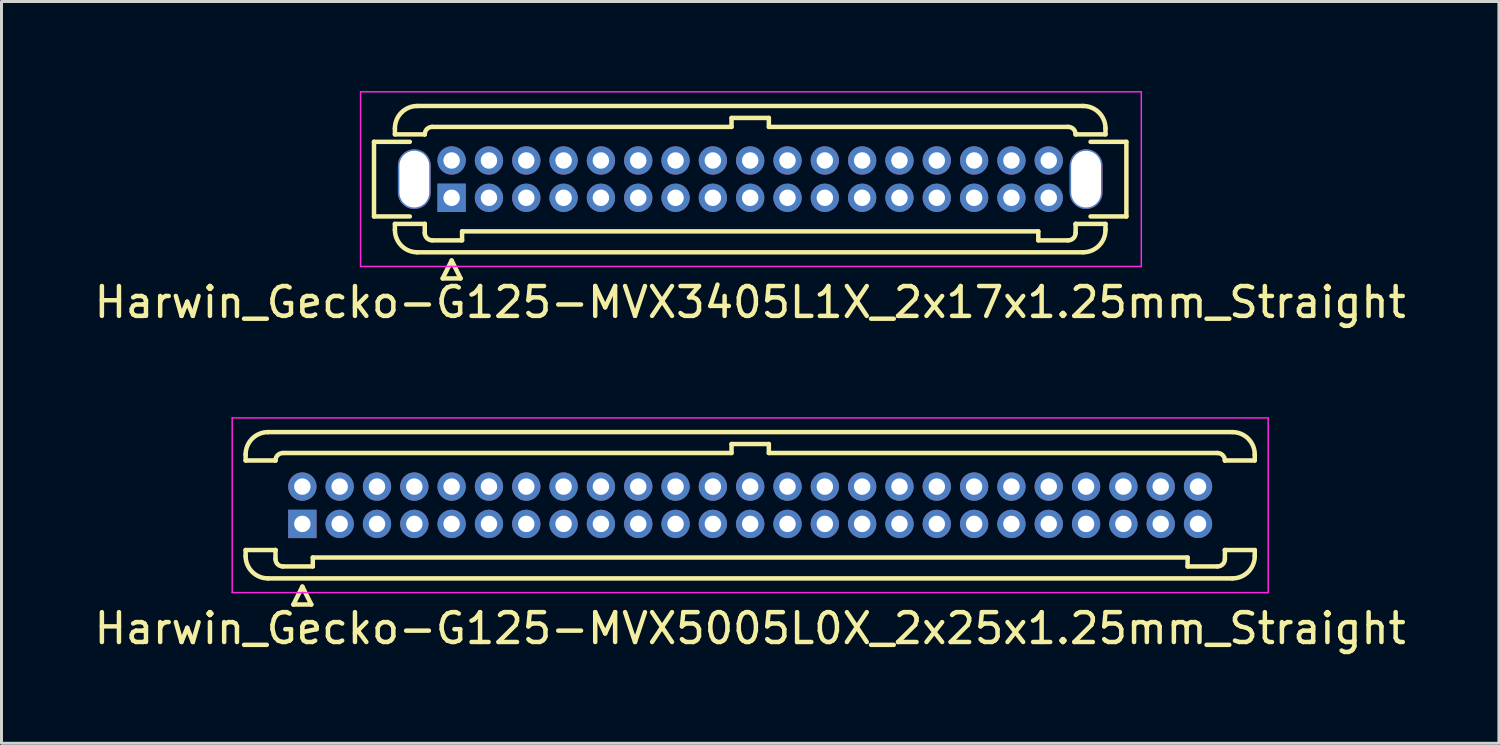
<source format=kicad_pcb>
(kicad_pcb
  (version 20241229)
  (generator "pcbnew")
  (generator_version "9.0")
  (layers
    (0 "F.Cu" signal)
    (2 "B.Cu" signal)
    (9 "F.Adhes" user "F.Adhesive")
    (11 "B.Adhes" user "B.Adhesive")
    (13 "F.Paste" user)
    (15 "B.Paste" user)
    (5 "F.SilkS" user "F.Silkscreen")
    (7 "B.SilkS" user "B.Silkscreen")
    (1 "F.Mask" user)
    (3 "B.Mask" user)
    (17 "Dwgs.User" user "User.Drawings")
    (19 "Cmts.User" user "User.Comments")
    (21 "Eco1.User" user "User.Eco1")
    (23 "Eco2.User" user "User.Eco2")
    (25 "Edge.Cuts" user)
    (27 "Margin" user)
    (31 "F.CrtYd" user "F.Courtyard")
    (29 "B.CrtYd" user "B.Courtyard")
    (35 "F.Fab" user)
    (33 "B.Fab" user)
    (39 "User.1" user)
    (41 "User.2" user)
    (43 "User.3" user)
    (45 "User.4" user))
  (footprint "Harwin_Gecko-G125-MVX3405L1X_2x17x1.25mm_Straight"
    (layer "F.Cu")
    (at 12.077 3.575)
    (property "Reference" "Harwin_Gecko-G125-MVX3405L1X_2x17x1.25mm_Straight" (at 10 3.5 0) (layer "F.SilkS") (effects (font (size 1 1) (thickness 0.15))))
    (attr through_hole)
    (fp_line (start -2.6 -1.875) (end -2.6 0.625) (stroke (width 0.15) (type solid)) (layer "F.SilkS"))
    (fp_line (start -2.6 0.625) (end -1.4 0.625) (stroke (width 0.15) (type solid)) (layer "F.SilkS"))
    (fp_line (start -1.9 -2.325) (end -1.9 -2.125) (stroke (width 0.15) (type solid)) (layer "F.SilkS"))
    (fp_line (start -1.9 -2.125) (end -0.9 -2.125) (stroke (width 0.15) (type solid)) (layer "F.SilkS"))
    (fp_line (start -1.9 0.875) (end -0.9 0.875) (stroke (width 0.15) (type solid)) (layer "F.SilkS"))
    (fp_line (start -1.9 1.075) (end -1.9 0.875) (stroke (width 0.15) (type solid)) (layer "F.SilkS"))
    (fp_line (start -1.4 -1.875) (end -2.6 -1.875) (stroke (width 0.15) (type solid)) (layer "F.SilkS"))
    (fp_line (start -1.15 -3.075) (end 21.15 -3.075) (stroke (width 0.15) (type solid)) (layer "F.SilkS"))
    (fp_line (start -1.15 1.825) (end 21.15 1.825) (stroke (width 0.15) (type solid)) (layer "F.SilkS"))
    (fp_line (start -0.9 -2.125) (end -0.9 -2.125) (stroke (width 0.15) (type solid)) (layer "F.SilkS"))
    (fp_line (start -0.9 0.875) (end -0.9 0.875) (stroke (width 0.15) (type solid)) (layer "F.SilkS"))
    (fp_line (start -0.9 1.175) (end -0.9 0.875) (stroke (width 0.15) (type solid)) (layer "F.SilkS"))
    (fp_line (start -0.65 -2.375) (end 9.375 -2.375) (stroke (width 0.15) (type solid)) (layer "F.SilkS"))
    (fp_line (start -0.65 1.425) (end 0.35 1.425) (stroke (width 0.15) (type solid)) (layer "F.SilkS"))
    (fp_line (start -0.3 2.7) (end 0.3 2.7) (stroke (width 0.15) (type solid)) (layer "F.SilkS"))
    (fp_line (start 0 2.1) (end -0.3 2.7) (stroke (width 0.15) (type solid)) (layer "F.SilkS"))
    (fp_line (start 0.3 2.7) (end 0 2.1) (stroke (width 0.15) (type solid)) (layer "F.SilkS"))
    (fp_line (start 0.35 1.125) (end 19.65 1.125) (stroke (width 0.15) (type solid)) (layer "F.SilkS"))
    (fp_line (start 0.35 1.425) (end 0.35 1.125) (stroke (width 0.15) (type solid)) (layer "F.SilkS"))
    (fp_line (start 9.375 -2.675) (end 10.625 -2.675) (stroke (width 0.15) (type solid)) (layer "F.SilkS"))
    (fp_line (start 9.375 -2.375) (end 9.375 -2.675) (stroke (width 0.15) (type solid)) (layer "F.SilkS"))
    (fp_line (start 10.625 -2.675) (end 10.625 -2.375) (stroke (width 0.15) (type solid)) (layer "F.SilkS"))
    (fp_line (start 10.625 -2.375) (end 20.65 -2.375) (stroke (width 0.15) (type solid)) (layer "F.SilkS"))
    (fp_line (start 19.65 1.125) (end 19.65 1.425) (stroke (width 0.15) (type solid)) (layer "F.SilkS"))
    (fp_line (start 19.65 1.425) (end 20.65 1.425) (stroke (width 0.15) (type solid)) (layer "F.SilkS"))
    (fp_line (start 20.9 -2.125) (end 20.9 -2.125) (stroke (width 0.15) (type solid)) (layer "F.SilkS"))
    (fp_line (start 20.9 0.875) (end 20.9 0.875) (stroke (width 0.15) (type solid)) (layer "F.SilkS"))
    (fp_line (start 20.9 1.175) (end 20.9 0.875) (stroke (width 0.15) (type solid)) (layer "F.SilkS"))
    (fp_line (start 21.4 -1.875) (end 22.6 -1.875) (stroke (width 0.15) (type solid)) (layer "F.SilkS"))
    (fp_line (start 21.9 -2.325) (end 21.9 -2.125) (stroke (width 0.15) (type solid)) (layer "F.SilkS"))
    (fp_line (start 21.9 -2.125) (end 20.9 -2.125) (stroke (width 0.15) (type solid)) (layer "F.SilkS"))
    (fp_line (start 21.9 0.875) (end 20.9 0.875) (stroke (width 0.15) (type solid)) (layer "F.SilkS"))
    (fp_line (start 21.9 1.075) (end 21.9 0.875) (stroke (width 0.15) (type solid)) (layer "F.SilkS"))
    (fp_line (start 22.6 -1.875) (end 22.6 0.625) (stroke (width 0.15) (type solid)) (layer "F.SilkS"))
    (fp_line (start 22.6 0.625) (end 21.4 0.625) (stroke (width 0.15) (type solid)) (layer "F.SilkS"))
    (fp_arc (start -1.9 -2.325) (mid -1.68033 -2.85533) (end -1.15 -3.075) (stroke (width 0.15) (type solid)) (layer "F.SilkS"))
    (fp_arc (start -1.15 1.825) (mid -1.68033 1.60533) (end -1.9 1.075) (stroke (width 0.15) (type solid)) (layer "F.SilkS"))
    (fp_arc (start -0.9 -2.125) (mid -0.826777 -2.301777) (end -0.65 -2.375) (stroke (width 0.15) (type solid)) (layer "F.SilkS"))
    (fp_arc (start -0.65 1.425) (mid -0.826777 1.351777) (end -0.9 1.175) (stroke (width 0.15) (type solid)) (layer "F.SilkS"))
    (fp_arc (start 20.65 -2.375) (mid 20.826777 -2.301777) (end 20.9 -2.125) (stroke (width 0.15) (type solid)) (layer "F.SilkS"))
    (fp_arc (start 20.9 1.175) (mid 20.826777 1.351777) (end 20.65 1.425) (stroke (width 0.15) (type solid)) (layer "F.SilkS"))
    (fp_arc (start 21.15 -3.075) (mid 21.68033 -2.85533) (end 21.9 -2.325) (stroke (width 0.15) (type solid)) (layer "F.SilkS"))
    (fp_arc (start 21.9 1.075) (mid 21.68033 1.60533) (end 21.15 1.825) (stroke (width 0.15) (type solid)) (layer "F.SilkS"))
    (fp_line (start -3.05 -3.55) (end -3.05 2.3) (stroke (width 0.05) (type solid)) (layer "F.CrtYd"))
    (fp_line (start -3.05 2.3) (end 23.1 2.3) (stroke (width 0.05) (type solid)) (layer "F.CrtYd"))
    (fp_line (start 23.1 -3.55) (end -3.05 -3.55) (stroke (width 0.05) (type solid)) (layer "F.CrtYd"))
    (fp_line (start 23.1 2.3) (end 23.1 -3.55) (stroke (width 0.05) (type solid)) (layer "F.CrtYd"))
    (pad "" np_thru_hole oval (at -1.25 -0.625) (size 1.1 2) (drill oval 1 1.9) (layers "*.Cu" "*.Mask"))
    (pad "" np_thru_hole oval (at 21.25 -0.625) (size 1.1 2) (drill oval 1 1.9) (layers "*.Cu" "*.Mask"))
    (pad "1" thru_hole rect (at 0 0) (size 0.95 0.95) (drill 0.55) (layers "*.Cu" "*.Mask"))
    (pad "2" thru_hole circle (at 0 -1.25) (size 0.95 0.95) (drill 0.55) (layers "*.Cu" "*.Mask"))
    (pad "3" thru_hole circle (at 1.25 0) (size 0.95 0.95) (drill 0.55) (layers "*.Cu" "*.Mask"))
    (pad "4" thru_hole circle (at 1.25 -1.25) (size 0.95 0.95) (drill 0.55) (layers "*.Cu" "*.Mask"))
    (pad "5" thru_hole circle (at 2.5 0) (size 0.95 0.95) (drill 0.55) (layers "*.Cu" "*.Mask"))
    (pad "6" thru_hole circle (at 2.5 -1.25) (size 0.95 0.95) (drill 0.55) (layers "*.Cu" "*.Mask"))
    (pad "7" thru_hole circle (at 3.75 0) (size 0.95 0.95) (drill 0.55) (layers "*.Cu" "*.Mask"))
    (pad "8" thru_hole circle (at 3.75 -1.25) (size 0.95 0.95) (drill 0.55) (layers "*.Cu" "*.Mask"))
    (pad "9" thru_hole circle (at 5 0) (size 0.95 0.95) (drill 0.55) (layers "*.Cu" "*.Mask"))
    (pad "10" thru_hole circle (at 5 -1.25) (size 0.95 0.95) (drill 0.55) (layers "*.Cu" "*.Mask"))
    (pad "11" thru_hole circle (at 6.25 0) (size 0.95 0.95) (drill 0.55) (layers "*.Cu" "*.Mask"))
    (pad "12" thru_hole circle (at 6.25 -1.25) (size 0.95 0.95) (drill 0.55) (layers "*.Cu" "*.Mask"))
    (pad "13" thru_hole circle (at 7.5 0) (size 0.95 0.95) (drill 0.55) (layers "*.Cu" "*.Mask"))
    (pad "14" thru_hole circle (at 7.5 -1.25) (size 0.95 0.95) (drill 0.55) (layers "*.Cu" "*.Mask"))
    (pad "15" thru_hole circle (at 8.75 0) (size 0.95 0.95) (drill 0.55) (layers "*.Cu" "*.Mask"))
    (pad "16" thru_hole circle (at 8.75 -1.25) (size 0.95 0.95) (drill 0.55) (layers "*.Cu" "*.Mask"))
    (pad "17" thru_hole circle (at 10 0) (size 0.95 0.95) (drill 0.55) (layers "*.Cu" "*.Mask"))
    (pad "18" thru_hole circle (at 10 -1.25) (size 0.95 0.95) (drill 0.55) (layers "*.Cu" "*.Mask"))
    (pad "19" thru_hole circle (at 11.25 0) (size 0.95 0.95) (drill 0.55) (layers "*.Cu" "*.Mask"))
    (pad "20" thru_hole circle (at 11.25 -1.25) (size 0.95 0.95) (drill 0.55) (layers "*.Cu" "*.Mask"))
    (pad "21" thru_hole circle (at 12.5 0) (size 0.95 0.95) (drill 0.55) (layers "*.Cu" "*.Mask"))
    (pad "22" thru_hole circle (at 12.5 -1.25) (size 0.95 0.95) (drill 0.55) (layers "*.Cu" "*.Mask"))
    (pad "23" thru_hole circle (at 13.75 0) (size 0.95 0.95) (drill 0.55) (layers "*.Cu" "*.Mask"))
    (pad "24" thru_hole circle (at 13.75 -1.25) (size 0.95 0.95) (drill 0.55) (layers "*.Cu" "*.Mask"))
    (pad "25" thru_hole circle (at 15 0) (size 0.95 0.95) (drill 0.55) (layers "*.Cu" "*.Mask"))
    (pad "26" thru_hole circle (at 15 -1.25) (size 0.95 0.95) (drill 0.55) (layers "*.Cu" "*.Mask"))
    (pad "27" thru_hole circle (at 16.25 0) (size 0.95 0.95) (drill 0.55) (layers "*.Cu" "*.Mask"))
    (pad "28" thru_hole circle (at 16.25 -1.25) (size 0.95 0.95) (drill 0.55) (layers "*.Cu" "*.Mask"))
    (pad "29" thru_hole circle (at 17.5 0) (size 0.95 0.95) (drill 0.55) (layers "*.Cu" "*.Mask"))
    (pad "30" thru_hole circle (at 17.5 -1.25) (size 0.95 0.95) (drill 0.55) (layers "*.Cu" "*.Mask"))
    (pad "31" thru_hole circle (at 18.75 0) (size 0.95 0.95) (drill 0.55) (layers "*.Cu" "*.Mask"))
    (pad "32" thru_hole circle (at 18.75 -1.25) (size 0.95 0.95) (drill 0.55) (layers "*.Cu" "*.Mask"))
    (pad "33" thru_hole circle (at 20 0) (size 0.95 0.95) (drill 0.55) (layers "*.Cu" "*.Mask"))
    (pad "34" thru_hole circle (at 20 -1.25) (size 0.95 0.95) (drill 0.55) (layers "*.Cu" "*.Mask")))
  (footprint "Harwin_Gecko-G125-MVX5005L0X_2x25x1.25mm_Straight"
    (layer "F.Cu")
    (at 7.077 14.498)
    (property "Reference" "Harwin_Gecko-G125-MVX5005L0X_2x25x1.25mm_Straight" (at 15 3.5 0) (layer "F.SilkS") (effects (font (size 1 1) (thickness 0.15))))
    (attr through_hole)
    (fp_line (start -1.9 -2.325) (end -1.9 -2.125) (stroke (width 0.15) (type solid)) (layer "F.SilkS"))
    (fp_line (start -1.9 -2.125) (end -0.9 -2.125) (stroke (width 0.15) (type solid)) (layer "F.SilkS"))
    (fp_line (start -1.9 0.875) (end -0.9 0.875) (stroke (width 0.15) (type solid)) (layer "F.SilkS"))
    (fp_line (start -1.9 1.075) (end -1.9 0.875) (stroke (width 0.15) (type solid)) (layer "F.SilkS"))
    (fp_line (start -1.15 -3.075) (end 31.15 -3.075) (stroke (width 0.15) (type solid)) (layer "F.SilkS"))
    (fp_line (start -1.15 1.825) (end 31.15 1.825) (stroke (width 0.15) (type solid)) (layer "F.SilkS"))
    (fp_line (start -0.9 -2.125) (end -0.9 -2.125) (stroke (width 0.15) (type solid)) (layer "F.SilkS"))
    (fp_line (start -0.9 0.875) (end -0.9 0.875) (stroke (width 0.15) (type solid)) (layer "F.SilkS"))
    (fp_line (start -0.9 1.175) (end -0.9 0.875) (stroke (width 0.15) (type solid)) (layer "F.SilkS"))
    (fp_line (start -0.65 -2.375) (end 14.375 -2.375) (stroke (width 0.15) (type solid)) (layer "F.SilkS"))
    (fp_line (start -0.65 1.425) (end 0.35 1.425) (stroke (width 0.15) (type solid)) (layer "F.SilkS"))
    (fp_line (start -0.3 2.7) (end 0.3 2.7) (stroke (width 0.15) (type solid)) (layer "F.SilkS"))
    (fp_line (start 0 2.1) (end -0.3 2.7) (stroke (width 0.15) (type solid)) (layer "F.SilkS"))
    (fp_line (start 0.3 2.7) (end 0 2.1) (stroke (width 0.15) (type solid)) (layer "F.SilkS"))
    (fp_line (start 0.35 1.125) (end 29.65 1.125) (stroke (width 0.15) (type solid)) (layer "F.SilkS"))
    (fp_line (start 0.35 1.425) (end 0.35 1.125) (stroke (width 0.15) (type solid)) (layer "F.SilkS"))
    (fp_line (start 14.375 -2.675) (end 15.625 -2.675) (stroke (width 0.15) (type solid)) (layer "F.SilkS"))
    (fp_line (start 14.375 -2.375) (end 14.375 -2.675) (stroke (width 0.15) (type solid)) (layer "F.SilkS"))
    (fp_line (start 15.625 -2.675) (end 15.625 -2.375) (stroke (width 0.15) (type solid)) (layer "F.SilkS"))
    (fp_line (start 15.625 -2.375) (end 30.65 -2.375) (stroke (width 0.15) (type solid)) (layer "F.SilkS"))
    (fp_line (start 29.65 1.125) (end 29.65 1.425) (stroke (width 0.15) (type solid)) (layer "F.SilkS"))
    (fp_line (start 29.65 1.425) (end 30.65 1.425) (stroke (width 0.15) (type solid)) (layer "F.SilkS"))
    (fp_line (start 30.9 -2.125) (end 30.9 -2.125) (stroke (width 0.15) (type solid)) (layer "F.SilkS"))
    (fp_line (start 30.9 0.875) (end 30.9 0.875) (stroke (width 0.15) (type solid)) (layer "F.SilkS"))
    (fp_line (start 30.9 1.175) (end 30.9 0.875) (stroke (width 0.15) (type solid)) (layer "F.SilkS"))
    (fp_line (start 31.9 -2.325) (end 31.9 -2.125) (stroke (width 0.15) (type solid)) (layer "F.SilkS"))
    (fp_line (start 31.9 -2.125) (end 30.9 -2.125) (stroke (width 0.15) (type solid)) (layer "F.SilkS"))
    (fp_line (start 31.9 0.875) (end 30.9 0.875) (stroke (width 0.15) (type solid)) (layer "F.SilkS"))
    (fp_line (start 31.9 1.075) (end 31.9 0.875) (stroke (width 0.15) (type solid)) (layer "F.SilkS"))
    (fp_arc (start -1.9 -2.325) (mid -1.68033 -2.85533) (end -1.15 -3.075) (stroke (width 0.15) (type solid)) (layer "F.SilkS"))
    (fp_arc (start -1.15 1.825) (mid -1.68033 1.60533) (end -1.9 1.075) (stroke (width 0.15) (type solid)) (layer "F.SilkS"))
    (fp_arc (start -0.9 -2.125) (mid -0.826777 -2.301777) (end -0.65 -2.375) (stroke (width 0.15) (type solid)) (layer "F.SilkS"))
    (fp_arc (start -0.65 1.425) (mid -0.826777 1.351777) (end -0.9 1.175) (stroke (width 0.15) (type solid)) (layer "F.SilkS"))
    (fp_arc (start 30.65 -2.375) (mid 30.826777 -2.301777) (end 30.9 -2.125) (stroke (width 0.15) (type solid)) (layer "F.SilkS"))
    (fp_arc (start 30.9 1.175) (mid 30.826777 1.351777) (end 30.65 1.425) (stroke (width 0.15) (type solid)) (layer "F.SilkS"))
    (fp_arc (start 31.15 -3.075) (mid 31.68033 -2.85533) (end 31.9 -2.325) (stroke (width 0.15) (type solid)) (layer "F.SilkS"))
    (fp_arc (start 31.9 1.075) (mid 31.68033 1.60533) (end 31.15 1.825) (stroke (width 0.15) (type solid)) (layer "F.SilkS"))
    (fp_line (start -2.35 -3.55) (end -2.35 2.3) (stroke (width 0.05) (type solid)) (layer "F.CrtYd"))
    (fp_line (start -2.35 2.3) (end 32.35 2.3) (stroke (width 0.05) (type solid)) (layer "F.CrtYd"))
    (fp_line (start 32.35 -3.55) (end -2.35 -3.55) (stroke (width 0.05) (type solid)) (layer "F.CrtYd"))
    (fp_line (start 32.35 2.3) (end 32.35 -3.55) (stroke (width 0.05) (type solid)) (layer "F.CrtYd"))
    (pad "1" thru_hole rect (at 0 0) (size 0.95 0.95) (drill 0.55) (layers "*.Cu" "*.Mask"))
    (pad "2" thru_hole circle (at 0 -1.25) (size 0.95 0.95) (drill 0.55) (layers "*.Cu" "*.Mask"))
    (pad "3" thru_hole circle (at 1.25 0) (size 0.95 0.95) (drill 0.55) (layers "*.Cu" "*.Mask"))
    (pad "4" thru_hole circle (at 1.25 -1.25) (size 0.95 0.95) (drill 0.55) (layers "*.Cu" "*.Mask"))
    (pad "5" thru_hole circle (at 2.5 0) (size 0.95 0.95) (drill 0.55) (layers "*.Cu" "*.Mask"))
    (pad "6" thru_hole circle (at 2.5 -1.25) (size 0.95 0.95) (drill 0.55) (layers "*.Cu" "*.Mask"))
    (pad "7" thru_hole circle (at 3.75 0) (size 0.95 0.95) (drill 0.55) (layers "*.Cu" "*.Mask"))
    (pad "8" thru_hole circle (at 3.75 -1.25) (size 0.95 0.95) (drill 0.55) (layers "*.Cu" "*.Mask"))
    (pad "9" thru_hole circle (at 5 0) (size 0.95 0.95) (drill 0.55) (layers "*.Cu" "*.Mask"))
    (pad "10" thru_hole circle (at 5 -1.25) (size 0.95 0.95) (drill 0.55) (layers "*.Cu" "*.Mask"))
    (pad "11" thru_hole circle (at 6.25 0) (size 0.95 0.95) (drill 0.55) (layers "*.Cu" "*.Mask"))
    (pad "12" thru_hole circle (at 6.25 -1.25) (size 0.95 0.95) (drill 0.55) (layers "*.Cu" "*.Mask"))
    (pad "13" thru_hole circle (at 7.5 0) (size 0.95 0.95) (drill 0.55) (layers "*.Cu" "*.Mask"))
    (pad "14" thru_hole circle (at 7.5 -1.25) (size 0.95 0.95) (drill 0.55) (layers "*.Cu" "*.Mask"))
    (pad "15" thru_hole circle (at 8.75 0) (size 0.95 0.95) (drill 0.55) (layers "*.Cu" "*.Mask"))
    (pad "16" thru_hole circle (at 8.75 -1.25) (size 0.95 0.95) (drill 0.55) (layers "*.Cu" "*.Mask"))
    (pad "17" thru_hole circle (at 10 0) (size 0.95 0.95) (drill 0.55) (layers "*.Cu" "*.Mask"))
    (pad "18" thru_hole circle (at 10 -1.25) (size 0.95 0.95) (drill 0.55) (layers "*.Cu" "*.Mask"))
    (pad "19" thru_hole circle (at 11.25 0) (size 0.95 0.95) (drill 0.55) (layers "*.Cu" "*.Mask"))
    (pad "20" thru_hole circle (at 11.25 -1.25) (size 0.95 0.95) (drill 0.55) (layers "*.Cu" "*.Mask"))
    (pad "21" thru_hole circle (at 12.5 0) (size 0.95 0.95) (drill 0.55) (layers "*.Cu" "*.Mask"))
    (pad "22" thru_hole circle (at 12.5 -1.25) (size 0.95 0.95) (drill 0.55) (layers "*.Cu" "*.Mask"))
    (pad "23" thru_hole circle (at 13.75 0) (size 0.95 0.95) (drill 0.55) (layers "*.Cu" "*.Mask"))
    (pad "24" thru_hole circle (at 13.75 -1.25) (size 0.95 0.95) (drill 0.55) (layers "*.Cu" "*.Mask"))
    (pad "25" thru_hole circle (at 15 0) (size 0.95 0.95) (drill 0.55) (layers "*.Cu" "*.Mask"))
    (pad "26" thru_hole circle (at 15 -1.25) (size 0.95 0.95) (drill 0.55) (layers "*.Cu" "*.Mask"))
    (pad "27" thru_hole circle (at 16.25 0) (size 0.95 0.95) (drill 0.55) (layers "*.Cu" "*.Mask"))
    (pad "28" thru_hole circle (at 16.25 -1.25) (size 0.95 0.95) (drill 0.55) (layers "*.Cu" "*.Mask"))
    (pad "29" thru_hole circle (at 17.5 0) (size 0.95 0.95) (drill 0.55) (layers "*.Cu" "*.Mask"))
    (pad "30" thru_hole circle (at 17.5 -1.25) (size 0.95 0.95) (drill 0.55) (layers "*.Cu" "*.Mask"))
    (pad "31" thru_hole circle (at 18.75 0) (size 0.95 0.95) (drill 0.55) (layers "*.Cu" "*.Mask"))
    (pad "32" thru_hole circle (at 18.75 -1.25) (size 0.95 0.95) (drill 0.55) (layers "*.Cu" "*.Mask"))
    (pad "33" thru_hole circle (at 20 0) (size 0.95 0.95) (drill 0.55) (layers "*.Cu" "*.Mask"))
    (pad "34" thru_hole circle (at 20 -1.25) (size 0.95 0.95) (drill 0.55) (layers "*.Cu" "*.Mask"))
    (pad "35" thru_hole circle (at 21.25 0) (size 0.95 0.95) (drill 0.55) (layers "*.Cu" "*.Mask"))
    (pad "36" thru_hole circle (at 21.25 -1.25) (size 0.95 0.95) (drill 0.55) (layers "*.Cu" "*.Mask"))
    (pad "37" thru_hole circle (at 22.5 0) (size 0.95 0.95) (drill 0.55) (layers "*.Cu" "*.Mask"))
    (pad "38" thru_hole circle (at 22.5 -1.25) (size 0.95 0.95) (drill 0.55) (layers "*.Cu" "*.Mask"))
    (pad "39" thru_hole circle (at 23.75 0) (size 0.95 0.95) (drill 0.55) (layers "*.Cu" "*.Mask"))
    (pad "40" thru_hole circle (at 23.75 -1.25) (size 0.95 0.95) (drill 0.55) (layers "*.Cu" "*.Mask"))
    (pad "41" thru_hole circle (at 25 0) (size 0.95 0.95) (drill 0.55) (layers "*.Cu" "*.Mask"))
    (pad "42" thru_hole circle (at 25 -1.25) (size 0.95 0.95) (drill 0.55) (layers "*.Cu" "*.Mask"))
    (pad "43" thru_hole circle (at 26.25 0) (size 0.95 0.95) (drill 0.55) (layers "*.Cu" "*.Mask"))
    (pad "44" thru_hole circle (at 26.25 -1.25) (size 0.95 0.95) (drill 0.55) (layers "*.Cu" "*.Mask"))
    (pad "45" thru_hole circle (at 27.5 0) (size 0.95 0.95) (drill 0.55) (layers "*.Cu" "*.Mask"))
    (pad "46" thru_hole circle (at 27.5 -1.25) (size 0.95 0.95) (drill 0.55) (layers "*.Cu" "*.Mask"))
    (pad "47" thru_hole circle (at 28.75 0) (size 0.95 0.95) (drill 0.55) (layers "*.Cu" "*.Mask"))
    (pad "48" thru_hole circle (at 28.75 -1.25) (size 0.95 0.95) (drill 0.55) (layers "*.Cu" "*.Mask"))
    (pad "49" thru_hole circle (at 30 0) (size 0.95 0.95) (drill 0.55) (layers "*.Cu" "*.Mask"))
    (pad "50" thru_hole circle (at 30 -1.25) (size 0.95 0.95) (drill 0.55) (layers "*.Cu" "*.Mask")))
  (gr_rect
    (start -3 -3)
    (end 47.155 21.846)
    (stroke (width 0.1) (type default))
    (fill no)
    (layer "Edge.Cuts")))
</source>
